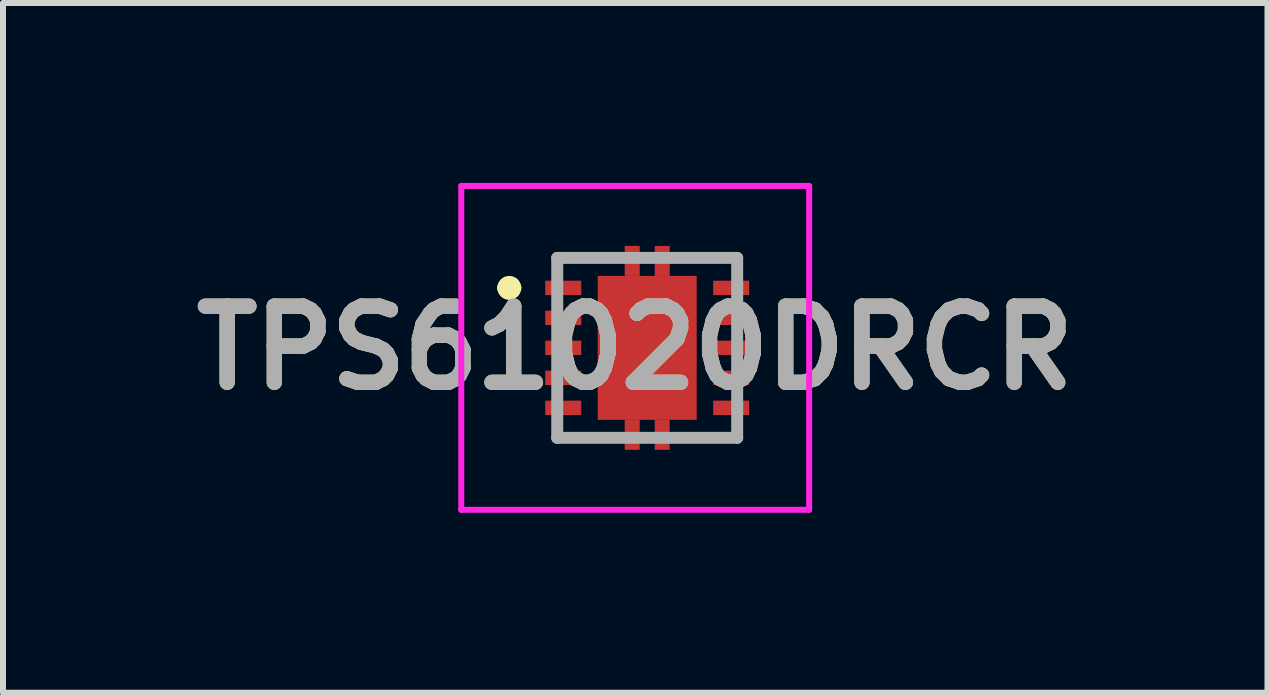
<source format=kicad_pcb>
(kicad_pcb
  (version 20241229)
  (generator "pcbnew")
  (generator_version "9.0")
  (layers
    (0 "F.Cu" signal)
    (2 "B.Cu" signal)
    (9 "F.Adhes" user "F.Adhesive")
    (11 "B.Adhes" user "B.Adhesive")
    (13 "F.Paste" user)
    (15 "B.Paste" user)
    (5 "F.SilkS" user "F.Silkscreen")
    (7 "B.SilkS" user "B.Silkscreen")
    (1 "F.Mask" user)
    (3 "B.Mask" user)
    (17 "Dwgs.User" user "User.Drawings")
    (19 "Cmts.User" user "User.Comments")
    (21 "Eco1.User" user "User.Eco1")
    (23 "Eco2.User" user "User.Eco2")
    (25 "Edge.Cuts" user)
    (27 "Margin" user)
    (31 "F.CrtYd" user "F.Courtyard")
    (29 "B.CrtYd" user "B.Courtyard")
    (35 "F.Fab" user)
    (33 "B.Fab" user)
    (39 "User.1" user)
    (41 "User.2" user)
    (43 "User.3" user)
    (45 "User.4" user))
  (footprint "TPS61020DRCR"
    (layer "F.Cu")
    (at 7.741 2.75)
    (property "Reference" "TPS61020DRCR" (at -0.2 0 0) (layer "F.SilkS") (effects (font (size 1.27 1.27) (thickness 0.254))))
    (attr smd)
    (fp_line (start -2.4 -1) (end -2.4 -1) (stroke (width 0.2) (type solid)) (layer "F.SilkS"))
    (fp_line (start -2.2 -1) (end -2.2 -1) (stroke (width 0.2) (type solid)) (layer "F.SilkS"))
    (fp_line (start -1.5 -1.5) (end -1.5 -1.4) (stroke (width 0.1) (type solid)) (layer "F.SilkS"))
    (fp_line (start -1.5 1.5) (end -1.5 1.4) (stroke (width 0.1) (type solid)) (layer "F.SilkS"))
    (fp_line (start -0.8 -1.5) (end -1.5 -1.5) (stroke (width 0.1) (type solid)) (layer "F.SilkS"))
    (fp_line (start -0.8 1.5) (end -1.5 1.5) (stroke (width 0.1) (type solid)) (layer "F.SilkS"))
    (fp_line (start 0.8 -1.5) (end 1.5 -1.5) (stroke (width 0.1) (type solid)) (layer "F.SilkS"))
    (fp_line (start 0.8 1.5) (end 1.5 1.5) (stroke (width 0.1) (type solid)) (layer "F.SilkS"))
    (fp_line (start 1.5 -1.5) (end 1.5 -1.4) (stroke (width 0.1) (type solid)) (layer "F.SilkS"))
    (fp_line (start 1.5 1.5) (end 1.5 1.4) (stroke (width 0.1) (type solid)) (layer "F.SilkS"))
    (fp_arc (start -2.4 -1) (mid -2.3 -1.1) (end -2.2 -1) (stroke (width 0.2) (type solid)) (layer "F.SilkS"))
    (fp_arc (start -2.2 -1) (mid -2.3 -0.9) (end -2.4 -1) (stroke (width 0.2) (type solid)) (layer "F.SilkS"))
    (fp_line (start -3.1 -2.7) (end 2.7 -2.7) (stroke (width 0.1) (type solid)) (layer "F.CrtYd"))
    (fp_line (start -3.1 2.7) (end -3.1 -2.7) (stroke (width 0.1) (type solid)) (layer "F.CrtYd"))
    (fp_line (start 2.7 -2.7) (end 2.7 2.7) (stroke (width 0.1) (type solid)) (layer "F.CrtYd"))
    (fp_line (start 2.7 2.7) (end -3.1 2.7) (stroke (width 0.1) (type solid)) (layer "F.CrtYd"))
    (fp_line (start -1.5 -1.5) (end 1.5 -1.5) (stroke (width 0.2) (type solid)) (layer "F.Fab"))
    (fp_line (start -1.5 1.5) (end -1.5 -1.5) (stroke (width 0.2) (type solid)) (layer "F.Fab"))
    (fp_line (start 1.5 -1.5) (end 1.5 1.5) (stroke (width 0.2) (type solid)) (layer "F.Fab"))
    (fp_line (start 1.5 1.5) (end -1.5 1.5) (stroke (width 0.2) (type solid)) (layer "F.Fab"))
    (fp_text user "${REFERENCE}" (at -0.2 0 0) (layer "F.Fab") (effects (font (size 1.27 1.27) (thickness 0.254))))
    (pad "1" smd rect (at -1.4 -1 90) (size 0.24 0.6) (layers "F.Cu" "F.Mask" "F.Paste"))
    (pad "2" smd rect (at -1.4 -0.5 90) (size 0.24 0.6) (layers "F.Cu" "F.Mask" "F.Paste"))
    (pad "3" smd rect (at -1.4 0 90) (size 0.24 0.6) (layers "F.Cu" "F.Mask" "F.Paste"))
    (pad "4" smd rect (at -1.4 0.5 90) (size 0.24 0.6) (layers "F.Cu" "F.Mask" "F.Paste"))
    (pad "5" smd rect (at -1.4 1 90) (size 0.24 0.6) (layers "F.Cu" "F.Mask" "F.Paste"))
    (pad "6" smd rect (at 1.4 1 90) (size 0.24 0.6) (layers "F.Cu" "F.Mask" "F.Paste"))
    (pad "7" smd rect (at 1.4 0.5 90) (size 0.24 0.6) (layers "F.Cu" "F.Mask" "F.Paste"))
    (pad "8" smd rect (at 1.4 0 90) (size 0.24 0.6) (layers "F.Cu" "F.Mask" "F.Paste"))
    (pad "9" smd rect (at 1.4 -0.5 90) (size 0.24 0.6) (layers "F.Cu" "F.Mask" "F.Paste"))
    (pad "10" smd rect (at 1.4 -1 90) (size 0.24 0.6) (layers "F.Cu" "F.Mask" "F.Paste"))
    (pad "11" smd rect (at 0 0) (size 1.65 2.4) (layers "F.Cu" "F.Mask" "F.Paste"))
    (pad "A11" smd rect (at -0.25 -1.45) (size 0.25 0.5) (layers "F.Cu" "F.Mask" "F.Paste"))
    (pad "B11" smd rect (at 0.25 -1.45) (size 0.25 0.5) (layers "F.Cu" "F.Mask" "F.Paste"))
    (pad "C11" smd rect (at -0.25 1.45) (size 0.25 0.5) (layers "F.Cu" "F.Mask" "F.Paste"))
    (pad "D11" smd rect (at 0.25 1.45) (size 0.25 0.5) (layers "F.Cu" "F.Mask" "F.Paste")))
  (gr_rect
    (start -3 -3)
    (end 18.083 8.5)
    (stroke (width 0.1) (type default))
    (fill no)
    (layer "Edge.Cuts")))
</source>
